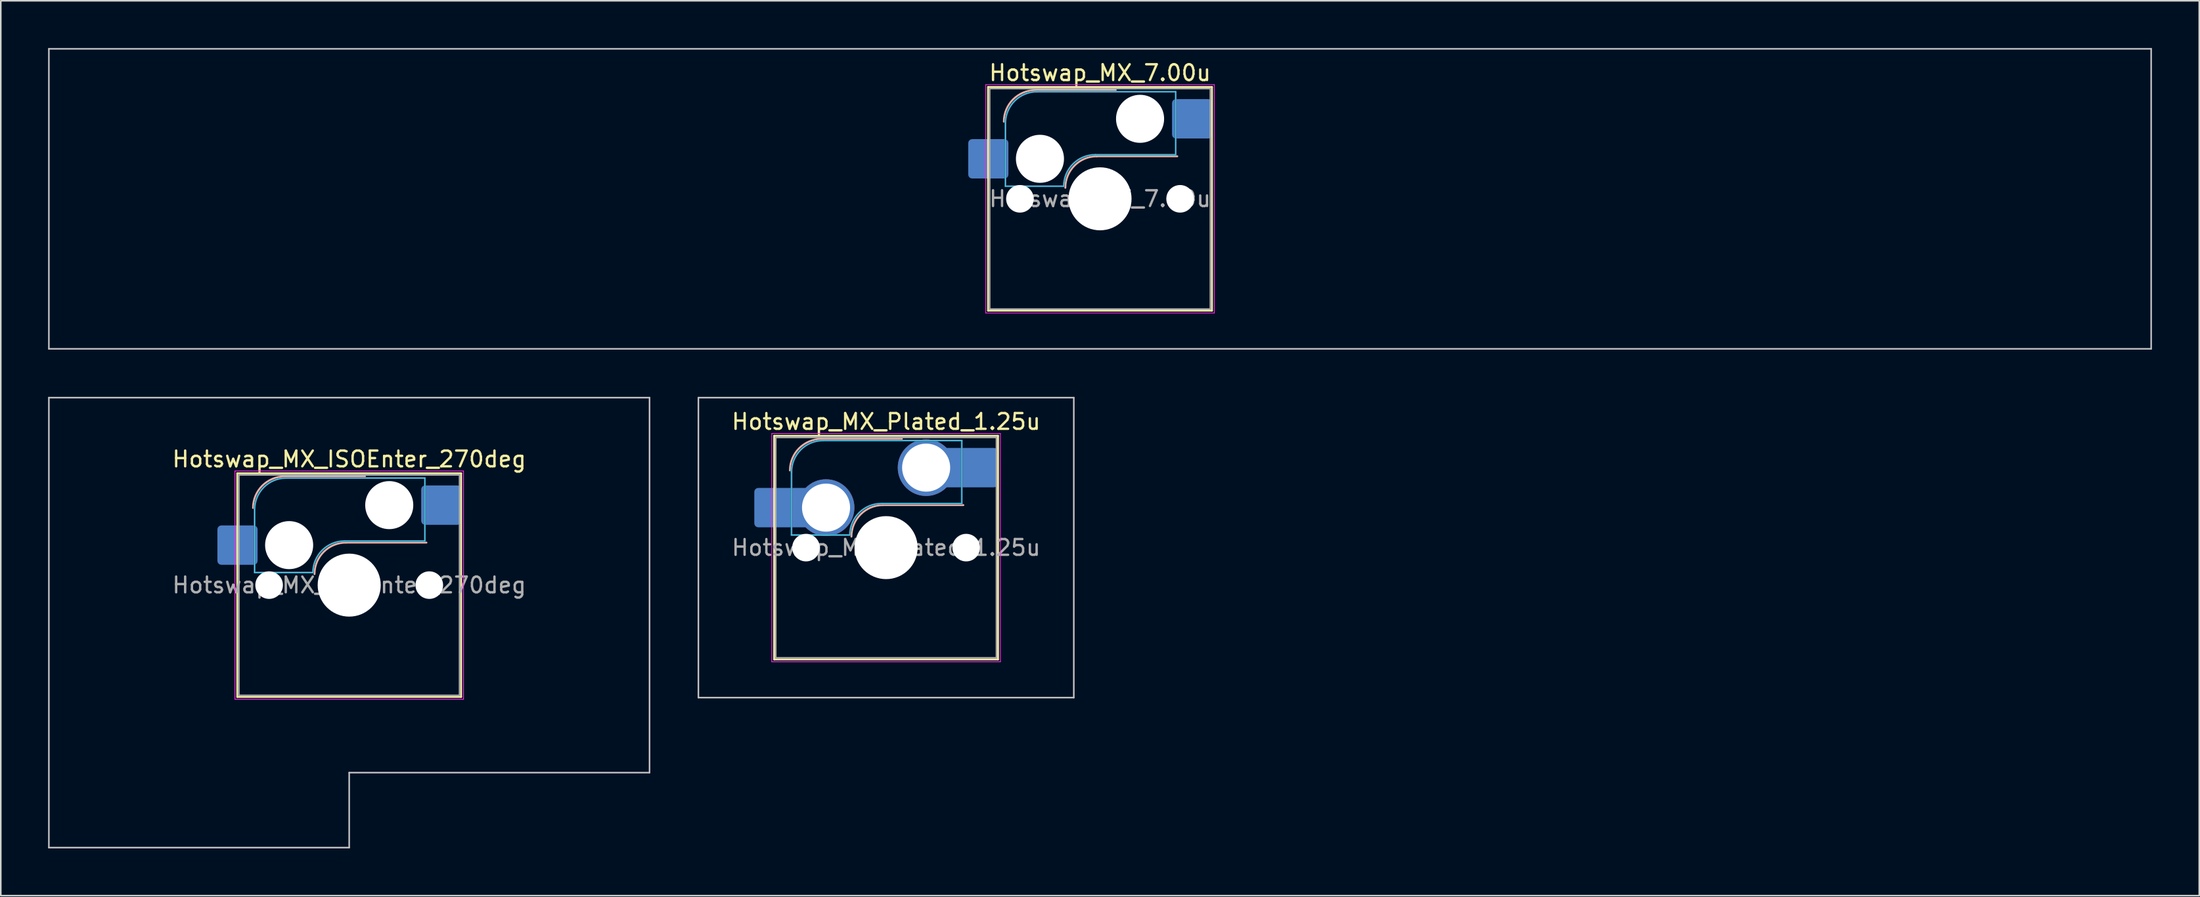
<source format=kicad_pcb>
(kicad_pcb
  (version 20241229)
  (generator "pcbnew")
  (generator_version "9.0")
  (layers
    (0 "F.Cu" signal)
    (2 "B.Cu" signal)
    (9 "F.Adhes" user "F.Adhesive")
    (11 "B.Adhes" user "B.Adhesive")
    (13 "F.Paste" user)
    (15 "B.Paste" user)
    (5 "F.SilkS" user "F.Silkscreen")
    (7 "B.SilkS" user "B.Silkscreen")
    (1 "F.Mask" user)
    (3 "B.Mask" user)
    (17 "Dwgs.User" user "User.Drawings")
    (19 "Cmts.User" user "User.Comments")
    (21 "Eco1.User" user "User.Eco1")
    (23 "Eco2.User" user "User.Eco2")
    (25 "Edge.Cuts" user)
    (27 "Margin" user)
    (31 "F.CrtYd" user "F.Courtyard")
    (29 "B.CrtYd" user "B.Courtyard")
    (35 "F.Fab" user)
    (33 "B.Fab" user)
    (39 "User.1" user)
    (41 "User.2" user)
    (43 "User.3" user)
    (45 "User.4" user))
  (footprint "Hotswap_MX_ISOEnter_270deg"
    (layer "F.Cu")
    (at 19.1 34.106)
    (property "Reference" "Hotswap_MX_ISOEnter_270deg" (at 0 -8 0) (layer "F.SilkS") (effects (font (size 1 1) (thickness 0.15))))
    (attr smd)
    (fp_line (start -7.1 -7.1) (end -7.1 7.1) (stroke (width 0.12) (type solid)) (layer "F.SilkS"))
    (fp_line (start -7.1 7.1) (end 7.1 7.1) (stroke (width 0.12) (type solid)) (layer "F.SilkS"))
    (fp_line (start 7.1 -7.1) (end -7.1 -7.1) (stroke (width 0.12) (type solid)) (layer "F.SilkS"))
    (fp_line (start 7.1 7.1) (end 7.1 -7.1) (stroke (width 0.12) (type solid)) (layer "F.SilkS"))
    (fp_line (start -4.1 -6.9) (end 1 -6.9) (stroke (width 0.12) (type solid)) (layer "B.SilkS"))
    (fp_line (start -0.2 -2.7) (end 4.9 -2.7) (stroke (width 0.12) (type solid)) (layer "B.SilkS"))
    (fp_arc (start -6.1 -4.9) (mid -5.514214 -6.314214) (end -4.1 -6.9) (stroke (width 0.12) (type solid)) (layer "B.SilkS"))
    (fp_arc (start -2.2 -0.7) (mid -1.614214 -2.114214) (end -0.2 -2.7) (stroke (width 0.12) (type solid)) (layer "B.SilkS"))
    (fp_line (start -19.05 -11.906) (end -19.05 16.669) (stroke (width 0.1) (type solid)) (layer "Dwgs.User"))
    (fp_line (start -19.05 16.669) (end 0 16.669) (stroke (width 0.1) (type solid)) (layer "Dwgs.User"))
    (fp_line (start 0 11.906) (end 19.05 11.906) (stroke (width 0.1) (type solid)) (layer "Dwgs.User"))
    (fp_line (start 0 16.669) (end 0 11.906) (stroke (width 0.1) (type solid)) (layer "Dwgs.User"))
    (fp_line (start 19.05 -11.906) (end -19.05 -11.906) (stroke (width 0.1) (type solid)) (layer "Dwgs.User"))
    (fp_line (start 19.05 11.906) (end 19.05 -11.906) (stroke (width 0.1) (type solid)) (layer "Dwgs.User"))
    (fp_line (start -7.8 -6) (end -7 -6) (stroke (width 0.1) (type solid)) (layer "Eco1.User"))
    (fp_line (start -7.8 -2.9) (end -7.8 -6) (stroke (width 0.1) (type solid)) (layer "Eco1.User"))
    (fp_line (start -7.8 2.9) (end -7 2.9) (stroke (width 0.1) (type solid)) (layer "Eco1.User"))
    (fp_line (start -7.8 6) (end -7.8 2.9) (stroke (width 0.1) (type solid)) (layer "Eco1.User"))
    (fp_line (start -7 -7) (end 7 -7) (stroke (width 0.1) (type solid)) (layer "Eco1.User"))
    (fp_line (start -7 -6) (end -7 -7) (stroke (width 0.1) (type solid)) (layer "Eco1.User"))
    (fp_line (start -7 -2.9) (end -7.8 -2.9) (stroke (width 0.1) (type solid)) (layer "Eco1.User"))
    (fp_line (start -7 2.9) (end -7 -2.9) (stroke (width 0.1) (type solid)) (layer "Eco1.User"))
    (fp_line (start -7 6) (end -7.8 6) (stroke (width 0.1) (type solid)) (layer "Eco1.User"))
    (fp_line (start -7 7) (end -7 6) (stroke (width 0.1) (type solid)) (layer "Eco1.User"))
    (fp_line (start 7 -7) (end 7 -6) (stroke (width 0.1) (type solid)) (layer "Eco1.User"))
    (fp_line (start 7 -6) (end 7.8 -6) (stroke (width 0.1) (type solid)) (layer "Eco1.User"))
    (fp_line (start 7 -2.9) (end 7 2.9) (stroke (width 0.1) (type solid)) (layer "Eco1.User"))
    (fp_line (start 7 2.9) (end 7.8 2.9) (stroke (width 0.1) (type solid)) (layer "Eco1.User"))
    (fp_line (start 7 6) (end 7 7) (stroke (width 0.1) (type solid)) (layer "Eco1.User"))
    (fp_line (start 7 7) (end -7 7) (stroke (width 0.1) (type solid)) (layer "Eco1.User"))
    (fp_line (start 7.8 -6) (end 7.8 -2.9) (stroke (width 0.1) (type solid)) (layer "Eco1.User"))
    (fp_line (start 7.8 -2.9) (end 7 -2.9) (stroke (width 0.1) (type solid)) (layer "Eco1.User"))
    (fp_line (start 7.8 2.9) (end 7.8 6) (stroke (width 0.1) (type solid)) (layer "Eco1.User"))
    (fp_line (start 7.8 6) (end 7 6) (stroke (width 0.1) (type solid)) (layer "Eco1.User"))
    (fp_line (start -6 -0.8) (end -6 -4.8) (stroke (width 0.05) (type solid)) (layer "B.CrtYd"))
    (fp_line (start -6 -0.8) (end -2.3 -0.8) (stroke (width 0.05) (type solid)) (layer "B.CrtYd"))
    (fp_line (start -4 -6.8) (end 4.8 -6.8) (stroke (width 0.05) (type solid)) (layer "B.CrtYd"))
    (fp_line (start -0.3 -2.8) (end 4.8 -2.8) (stroke (width 0.05) (type solid)) (layer "B.CrtYd"))
    (fp_line (start 4.8 -6.8) (end 4.8 -2.8) (stroke (width 0.05) (type solid)) (layer "B.CrtYd"))
    (fp_arc (start -6 -4.8) (mid -5.414214 -6.214214) (end -4 -6.8) (stroke (width 0.05) (type solid)) (layer "B.CrtYd"))
    (fp_arc (start -2.3 -0.8) (mid -1.714214 -2.214214) (end -0.3 -2.8) (stroke (width 0.05) (type solid)) (layer "B.CrtYd"))
    (fp_line (start -7.25 -7.25) (end -7.25 7.25) (stroke (width 0.05) (type solid)) (layer "F.CrtYd"))
    (fp_line (start -7.25 7.25) (end 7.25 7.25) (stroke (width 0.05) (type solid)) (layer "F.CrtYd"))
    (fp_line (start 7.25 -7.25) (end -7.25 -7.25) (stroke (width 0.05) (type solid)) (layer "F.CrtYd"))
    (fp_line (start 7.25 7.25) (end 7.25 -7.25) (stroke (width 0.05) (type solid)) (layer "F.CrtYd"))
    (fp_line (start -6 -0.8) (end -6 -4.8) (stroke (width 0.12) (type solid)) (layer "B.Fab"))
    (fp_line (start -6 -0.8) (end -2.3 -0.8) (stroke (width 0.12) (type solid)) (layer "B.Fab"))
    (fp_line (start -4 -6.8) (end 4.8 -6.8) (stroke (width 0.12) (type solid)) (layer "B.Fab"))
    (fp_line (start -0.3 -2.8) (end 4.8 -2.8) (stroke (width 0.12) (type solid)) (layer "B.Fab"))
    (fp_line (start 4.8 -6.8) (end 4.8 -2.8) (stroke (width 0.12) (type solid)) (layer "B.Fab"))
    (fp_arc (start -6 -4.8) (mid -5.414214 -6.214214) (end -4 -6.8) (stroke (width 0.12) (type solid)) (layer "B.Fab"))
    (fp_arc (start -2.3 -0.8) (mid -1.714214 -2.214214) (end -0.3 -2.8) (stroke (width 0.12) (type solid)) (layer "B.Fab"))
    (fp_line (start -7 -7) (end -7 7) (stroke (width 0.1) (type solid)) (layer "F.Fab"))
    (fp_line (start -7 7) (end 7 7) (stroke (width 0.1) (type solid)) (layer "F.Fab"))
    (fp_line (start 7 -7) (end -7 -7) (stroke (width 0.1) (type solid)) (layer "F.Fab"))
    (fp_line (start 7 7) (end 7 -7) (stroke (width 0.1) (type solid)) (layer "F.Fab"))
    (fp_text user "${REFERENCE}" (at 0 0 0) (layer "F.Fab") (effects (font (size 1 1) (thickness 0.15))))
    (pad "" np_thru_hole circle (at -5.08 0) (size 1.75 1.75) (drill 1.75) (layers "*.Cu" "*.Mask"))
    (pad "" np_thru_hole circle (at -3.81 -2.54) (size 3.05 3.05) (drill 3.05) (layers "*.Cu" "*.Mask"))
    (pad "" np_thru_hole circle (at 0 0) (size 4 4) (drill 4) (layers "*.Cu" "*.Mask"))
    (pad "" np_thru_hole circle (at 2.54 -5.08) (size 3.05 3.05) (drill 3.05) (layers "*.Cu" "*.Mask"))
    (pad "" np_thru_hole circle (at 5.08 0) (size 1.75 1.75) (drill 1.75) (layers "*.Cu" "*.Mask"))
    (pad "1" smd roundrect (at -7.085 -2.54) (size 2.55 2.5) (layers "B.Cu" "B.Mask" "B.Paste") (roundrect_rratio 0.1))
    (pad "2" smd roundrect (at 5.842 -5.08) (size 2.55 2.5) (layers "B.Cu" "B.Mask" "B.Paste") (roundrect_rratio 0.1)))
  (footprint "Hotswap_MX_7.00u"
    (layer "F.Cu")
    (at 66.725 9.575)
    (property "Reference" "Hotswap_MX_7.00u" (at 0 -8 0) (layer "F.SilkS") (effects (font (size 1 1) (thickness 0.15))))
    (attr smd)
    (fp_line (start -7.1 -7.1) (end -7.1 7.1) (stroke (width 0.12) (type solid)) (layer "F.SilkS"))
    (fp_line (start -7.1 7.1) (end 7.1 7.1) (stroke (width 0.12) (type solid)) (layer "F.SilkS"))
    (fp_line (start 7.1 -7.1) (end -7.1 -7.1) (stroke (width 0.12) (type solid)) (layer "F.SilkS"))
    (fp_line (start 7.1 7.1) (end 7.1 -7.1) (stroke (width 0.12) (type solid)) (layer "F.SilkS"))
    (fp_line (start -4.1 -6.9) (end 1 -6.9) (stroke (width 0.12) (type solid)) (layer "B.SilkS"))
    (fp_line (start -0.2 -2.7) (end 4.9 -2.7) (stroke (width 0.12) (type solid)) (layer "B.SilkS"))
    (fp_arc (start -6.1 -4.9) (mid -5.514214 -6.314214) (end -4.1 -6.9) (stroke (width 0.12) (type solid)) (layer "B.SilkS"))
    (fp_arc (start -2.2 -0.7) (mid -1.614214 -2.114214) (end -0.2 -2.7) (stroke (width 0.12) (type solid)) (layer "B.SilkS"))
    (fp_line (start -66.675 -9.525) (end -66.675 9.525) (stroke (width 0.1) (type solid)) (layer "Dwgs.User"))
    (fp_line (start -66.675 9.525) (end 66.675 9.525) (stroke (width 0.1) (type solid)) (layer "Dwgs.User"))
    (fp_line (start 66.675 -9.525) (end -66.675 -9.525) (stroke (width 0.1) (type solid)) (layer "Dwgs.User"))
    (fp_line (start 66.675 9.525) (end 66.675 -9.525) (stroke (width 0.1) (type solid)) (layer "Dwgs.User"))
    (fp_line (start -7.8 -6) (end -7 -6) (stroke (width 0.1) (type solid)) (layer "Eco1.User"))
    (fp_line (start -7.8 -2.9) (end -7.8 -6) (stroke (width 0.1) (type solid)) (layer "Eco1.User"))
    (fp_line (start -7.8 2.9) (end -7 2.9) (stroke (width 0.1) (type solid)) (layer "Eco1.User"))
    (fp_line (start -7.8 6) (end -7.8 2.9) (stroke (width 0.1) (type solid)) (layer "Eco1.User"))
    (fp_line (start -7 -7) (end 7 -7) (stroke (width 0.1) (type solid)) (layer "Eco1.User"))
    (fp_line (start -7 -6) (end -7 -7) (stroke (width 0.1) (type solid)) (layer "Eco1.User"))
    (fp_line (start -7 -2.9) (end -7.8 -2.9) (stroke (width 0.1) (type solid)) (layer "Eco1.User"))
    (fp_line (start -7 2.9) (end -7 -2.9) (stroke (width 0.1) (type solid)) (layer "Eco1.User"))
    (fp_line (start -7 6) (end -7.8 6) (stroke (width 0.1) (type solid)) (layer "Eco1.User"))
    (fp_line (start -7 7) (end -7 6) (stroke (width 0.1) (type solid)) (layer "Eco1.User"))
    (fp_line (start 7 -7) (end 7 -6) (stroke (width 0.1) (type solid)) (layer "Eco1.User"))
    (fp_line (start 7 -6) (end 7.8 -6) (stroke (width 0.1) (type solid)) (layer "Eco1.User"))
    (fp_line (start 7 -2.9) (end 7 2.9) (stroke (width 0.1) (type solid)) (layer "Eco1.User"))
    (fp_line (start 7 2.9) (end 7.8 2.9) (stroke (width 0.1) (type solid)) (layer "Eco1.User"))
    (fp_line (start 7 6) (end 7 7) (stroke (width 0.1) (type solid)) (layer "Eco1.User"))
    (fp_line (start 7 7) (end -7 7) (stroke (width 0.1) (type solid)) (layer "Eco1.User"))
    (fp_line (start 7.8 -6) (end 7.8 -2.9) (stroke (width 0.1) (type solid)) (layer "Eco1.User"))
    (fp_line (start 7.8 -2.9) (end 7 -2.9) (stroke (width 0.1) (type solid)) (layer "Eco1.User"))
    (fp_line (start 7.8 2.9) (end 7.8 6) (stroke (width 0.1) (type solid)) (layer "Eco1.User"))
    (fp_line (start 7.8 6) (end 7 6) (stroke (width 0.1) (type solid)) (layer "Eco1.User"))
    (fp_line (start -6 -0.8) (end -6 -4.8) (stroke (width 0.05) (type solid)) (layer "B.CrtYd"))
    (fp_line (start -6 -0.8) (end -2.3 -0.8) (stroke (width 0.05) (type solid)) (layer "B.CrtYd"))
    (fp_line (start -4 -6.8) (end 4.8 -6.8) (stroke (width 0.05) (type solid)) (layer "B.CrtYd"))
    (fp_line (start -0.3 -2.8) (end 4.8 -2.8) (stroke (width 0.05) (type solid)) (layer "B.CrtYd"))
    (fp_line (start 4.8 -6.8) (end 4.8 -2.8) (stroke (width 0.05) (type solid)) (layer "B.CrtYd"))
    (fp_arc (start -6 -4.8) (mid -5.414214 -6.214214) (end -4 -6.8) (stroke (width 0.05) (type solid)) (layer "B.CrtYd"))
    (fp_arc (start -2.3 -0.8) (mid -1.714214 -2.214214) (end -0.3 -2.8) (stroke (width 0.05) (type solid)) (layer "B.CrtYd"))
    (fp_line (start -7.25 -7.25) (end -7.25 7.25) (stroke (width 0.05) (type solid)) (layer "F.CrtYd"))
    (fp_line (start -7.25 7.25) (end 7.25 7.25) (stroke (width 0.05) (type solid)) (layer "F.CrtYd"))
    (fp_line (start 7.25 -7.25) (end -7.25 -7.25) (stroke (width 0.05) (type solid)) (layer "F.CrtYd"))
    (fp_line (start 7.25 7.25) (end 7.25 -7.25) (stroke (width 0.05) (type solid)) (layer "F.CrtYd"))
    (fp_line (start -6 -0.8) (end -6 -4.8) (stroke (width 0.12) (type solid)) (layer "B.Fab"))
    (fp_line (start -6 -0.8) (end -2.3 -0.8) (stroke (width 0.12) (type solid)) (layer "B.Fab"))
    (fp_line (start -4 -6.8) (end 4.8 -6.8) (stroke (width 0.12) (type solid)) (layer "B.Fab"))
    (fp_line (start -0.3 -2.8) (end 4.8 -2.8) (stroke (width 0.12) (type solid)) (layer "B.Fab"))
    (fp_line (start 4.8 -6.8) (end 4.8 -2.8) (stroke (width 0.12) (type solid)) (layer "B.Fab"))
    (fp_arc (start -6 -4.8) (mid -5.414214 -6.214214) (end -4 -6.8) (stroke (width 0.12) (type solid)) (layer "B.Fab"))
    (fp_arc (start -2.3 -0.8) (mid -1.714214 -2.214214) (end -0.3 -2.8) (stroke (width 0.12) (type solid)) (layer "B.Fab"))
    (fp_line (start -7 -7) (end -7 7) (stroke (width 0.1) (type solid)) (layer "F.Fab"))
    (fp_line (start -7 7) (end 7 7) (stroke (width 0.1) (type solid)) (layer "F.Fab"))
    (fp_line (start 7 -7) (end -7 -7) (stroke (width 0.1) (type solid)) (layer "F.Fab"))
    (fp_line (start 7 7) (end 7 -7) (stroke (width 0.1) (type solid)) (layer "F.Fab"))
    (fp_text user "${REFERENCE}" (at 0 0 0) (layer "F.Fab") (effects (font (size 1 1) (thickness 0.15))))
    (pad "" np_thru_hole circle (at -5.08 0) (size 1.75 1.75) (drill 1.75) (layers "*.Cu" "*.Mask"))
    (pad "" np_thru_hole circle (at -3.81 -2.54) (size 3.05 3.05) (drill 3.05) (layers "*.Cu" "*.Mask"))
    (pad "" np_thru_hole circle (at 0 0) (size 4 4) (drill 4) (layers "*.Cu" "*.Mask"))
    (pad "" np_thru_hole circle (at 2.54 -5.08) (size 3.05 3.05) (drill 3.05) (layers "*.Cu" "*.Mask"))
    (pad "" np_thru_hole circle (at 5.08 0) (size 1.75 1.75) (drill 1.75) (layers "*.Cu" "*.Mask"))
    (pad "1" smd roundrect (at -7.085 -2.54) (size 2.55 2.5) (layers "B.Cu" "B.Mask" "B.Paste") (roundrect_rratio 0.1))
    (pad "2" smd roundrect (at 5.842 -5.08) (size 2.55 2.5) (layers "B.Cu" "B.Mask" "B.Paste") (roundrect_rratio 0.1)))
  (footprint "Hotswap_MX_Plated_1.25u"
    (layer "F.Cu")
    (at 53.156 31.725)
    (property "Reference" "Hotswap_MX_Plated_1.25u" (at 0 -8 0) (layer "F.SilkS") (effects (font (size 1 1) (thickness 0.15))))
    (attr smd allow_soldermask_bridges)
    (fp_line (start -7.1 -7.1) (end -7.1 7.1) (stroke (width 0.12) (type solid)) (layer "F.SilkS"))
    (fp_line (start -7.1 7.1) (end 7.1 7.1) (stroke (width 0.12) (type solid)) (layer "F.SilkS"))
    (fp_line (start 7.1 -7.1) (end -7.1 -7.1) (stroke (width 0.12) (type solid)) (layer "F.SilkS"))
    (fp_line (start 7.1 7.1) (end 7.1 -7.1) (stroke (width 0.12) (type solid)) (layer "F.SilkS"))
    (fp_line (start -4.1 -6.9) (end 1 -6.9) (stroke (width 0.12) (type solid)) (layer "B.SilkS"))
    (fp_line (start -0.2 -2.7) (end 4.9 -2.7) (stroke (width 0.12) (type solid)) (layer "B.SilkS"))
    (fp_arc (start -6.1 -4.9) (mid -5.514214 -6.314214) (end -4.1 -6.9) (stroke (width 0.12) (type solid)) (layer "B.SilkS"))
    (fp_arc (start -2.2 -0.7) (mid -1.614214 -2.114214) (end -0.2 -2.7) (stroke (width 0.12) (type solid)) (layer "B.SilkS"))
    (fp_line (start -11.906 -9.525) (end -11.906 9.525) (stroke (width 0.1) (type solid)) (layer "Dwgs.User"))
    (fp_line (start -11.906 9.525) (end 11.906 9.525) (stroke (width 0.1) (type solid)) (layer "Dwgs.User"))
    (fp_line (start 11.906 -9.525) (end -11.906 -9.525) (stroke (width 0.1) (type solid)) (layer "Dwgs.User"))
    (fp_line (start 11.906 9.525) (end 11.906 -9.525) (stroke (width 0.1) (type solid)) (layer "Dwgs.User"))
    (fp_line (start -7.8 -6) (end -7 -6) (stroke (width 0.1) (type solid)) (layer "Eco1.User"))
    (fp_line (start -7.8 -2.9) (end -7.8 -6) (stroke (width 0.1) (type solid)) (layer "Eco1.User"))
    (fp_line (start -7.8 2.9) (end -7 2.9) (stroke (width 0.1) (type solid)) (layer "Eco1.User"))
    (fp_line (start -7.8 6) (end -7.8 2.9) (stroke (width 0.1) (type solid)) (layer "Eco1.User"))
    (fp_line (start -7 -7) (end 7 -7) (stroke (width 0.1) (type solid)) (layer "Eco1.User"))
    (fp_line (start -7 -6) (end -7 -7) (stroke (width 0.1) (type solid)) (layer "Eco1.User"))
    (fp_line (start -7 -2.9) (end -7.8 -2.9) (stroke (width 0.1) (type solid)) (layer "Eco1.User"))
    (fp_line (start -7 2.9) (end -7 -2.9) (stroke (width 0.1) (type solid)) (layer "Eco1.User"))
    (fp_line (start -7 6) (end -7.8 6) (stroke (width 0.1) (type solid)) (layer "Eco1.User"))
    (fp_line (start -7 7) (end -7 6) (stroke (width 0.1) (type solid)) (layer "Eco1.User"))
    (fp_line (start 7 -7) (end 7 -6) (stroke (width 0.1) (type solid)) (layer "Eco1.User"))
    (fp_line (start 7 -6) (end 7.8 -6) (stroke (width 0.1) (type solid)) (layer "Eco1.User"))
    (fp_line (start 7 -2.9) (end 7 2.9) (stroke (width 0.1) (type solid)) (layer "Eco1.User"))
    (fp_line (start 7 2.9) (end 7.8 2.9) (stroke (width 0.1) (type solid)) (layer "Eco1.User"))
    (fp_line (start 7 6) (end 7 7) (stroke (width 0.1) (type solid)) (layer "Eco1.User"))
    (fp_line (start 7 7) (end -7 7) (stroke (width 0.1) (type solid)) (layer "Eco1.User"))
    (fp_line (start 7.8 -6) (end 7.8 -2.9) (stroke (width 0.1) (type solid)) (layer "Eco1.User"))
    (fp_line (start 7.8 -2.9) (end 7 -2.9) (stroke (width 0.1) (type solid)) (layer "Eco1.User"))
    (fp_line (start 7.8 2.9) (end 7.8 6) (stroke (width 0.1) (type solid)) (layer "Eco1.User"))
    (fp_line (start 7.8 6) (end 7 6) (stroke (width 0.1) (type solid)) (layer "Eco1.User"))
    (fp_line (start -6 -0.8) (end -6 -4.8) (stroke (width 0.05) (type solid)) (layer "B.CrtYd"))
    (fp_line (start -6 -0.8) (end -2.3 -0.8) (stroke (width 0.05) (type solid)) (layer "B.CrtYd"))
    (fp_line (start -4 -6.8) (end 4.8 -6.8) (stroke (width 0.05) (type solid)) (layer "B.CrtYd"))
    (fp_line (start -0.3 -2.8) (end 4.8 -2.8) (stroke (width 0.05) (type solid)) (layer "B.CrtYd"))
    (fp_line (start 4.8 -6.8) (end 4.8 -2.8) (stroke (width 0.05) (type solid)) (layer "B.CrtYd"))
    (fp_arc (start -6 -4.8) (mid -5.414214 -6.214214) (end -4 -6.8) (stroke (width 0.05) (type solid)) (layer "B.CrtYd"))
    (fp_arc (start -2.3 -0.8) (mid -1.714214 -2.214214) (end -0.3 -2.8) (stroke (width 0.05) (type solid)) (layer "B.CrtYd"))
    (fp_line (start -7.25 -7.25) (end -7.25 7.25) (stroke (width 0.05) (type solid)) (layer "F.CrtYd"))
    (fp_line (start -7.25 7.25) (end 7.25 7.25) (stroke (width 0.05) (type solid)) (layer "F.CrtYd"))
    (fp_line (start 7.25 -7.25) (end -7.25 -7.25) (stroke (width 0.05) (type solid)) (layer "F.CrtYd"))
    (fp_line (start 7.25 7.25) (end 7.25 -7.25) (stroke (width 0.05) (type solid)) (layer "F.CrtYd"))
    (fp_line (start -6 -0.8) (end -6 -4.8) (stroke (width 0.12) (type solid)) (layer "B.Fab"))
    (fp_line (start -6 -0.8) (end -2.3 -0.8) (stroke (width 0.12) (type solid)) (layer "B.Fab"))
    (fp_line (start -4 -6.8) (end 4.8 -6.8) (stroke (width 0.12) (type solid)) (layer "B.Fab"))
    (fp_line (start -0.3 -2.8) (end 4.8 -2.8) (stroke (width 0.12) (type solid)) (layer "B.Fab"))
    (fp_line (start 4.8 -6.8) (end 4.8 -2.8) (stroke (width 0.12) (type solid)) (layer "B.Fab"))
    (fp_arc (start -6 -4.8) (mid -5.414214 -6.214214) (end -4 -6.8) (stroke (width 0.12) (type solid)) (layer "B.Fab"))
    (fp_arc (start -2.3 -0.8) (mid -1.714214 -2.214214) (end -0.3 -2.8) (stroke (width 0.12) (type solid)) (layer "B.Fab"))
    (fp_line (start -7 -7) (end -7 7) (stroke (width 0.1) (type solid)) (layer "F.Fab"))
    (fp_line (start -7 7) (end 7 7) (stroke (width 0.1) (type solid)) (layer "F.Fab"))
    (fp_line (start 7 -7) (end -7 -7) (stroke (width 0.1) (type solid)) (layer "F.Fab"))
    (fp_line (start 7 7) (end 7 -7) (stroke (width 0.1) (type solid)) (layer "F.Fab"))
    (fp_text user "${REFERENCE}" (at 0 0 0) (layer "F.Fab") (effects (font (size 1 1) (thickness 0.15))))
    (pad "" smd roundrect (at -7.085 -2.54) (size 2.55 2.5) (layers "B.Mask" "B.Paste") (roundrect_rratio 0.1))
    (pad "" np_thru_hole circle (at -5.08 0) (size 1.75 1.75) (drill 1.75) (layers "*.Cu" "*.Mask"))
    (pad "" np_thru_hole circle (at 0 0) (size 4 4) (drill 4) (layers "*.Cu" "*.Mask"))
    (pad "" np_thru_hole circle (at 5.08 0) (size 1.75 1.75) (drill 1.75) (layers "*.Cu" "*.Mask"))
    (pad "" smd roundrect (at 5.842 -5.08) (size 2.55 2.5) (layers "B.Mask" "B.Paste") (roundrect_rratio 0.1))
    (pad "1" smd roundrect (at -6.585 -2.54) (size 3.55 2.5) (layers "B.Cu") (roundrect_rratio 0.1))
    (pad "1" thru_hole circle (at -3.81 -2.54) (size 3.6 3.6) (drill 3.05) (layers "*.Cu" "*.Mask"))
    (pad "2" thru_hole circle (at 2.54 -5.08) (size 3.6 3.6) (drill 3.05) (layers "*.Cu" "*.Mask"))
    (pad "2" smd roundrect (at 5.32 -5.08) (size 3.55 2.5) (layers "B.Cu") (roundrect_rratio 0.1)))
  (gr_rect
    (start -3 -3)
    (end 136.45 53.825)
    (stroke (width 0.1) (type default))
    (fill no)
    (layer "Edge.Cuts")))
</source>
